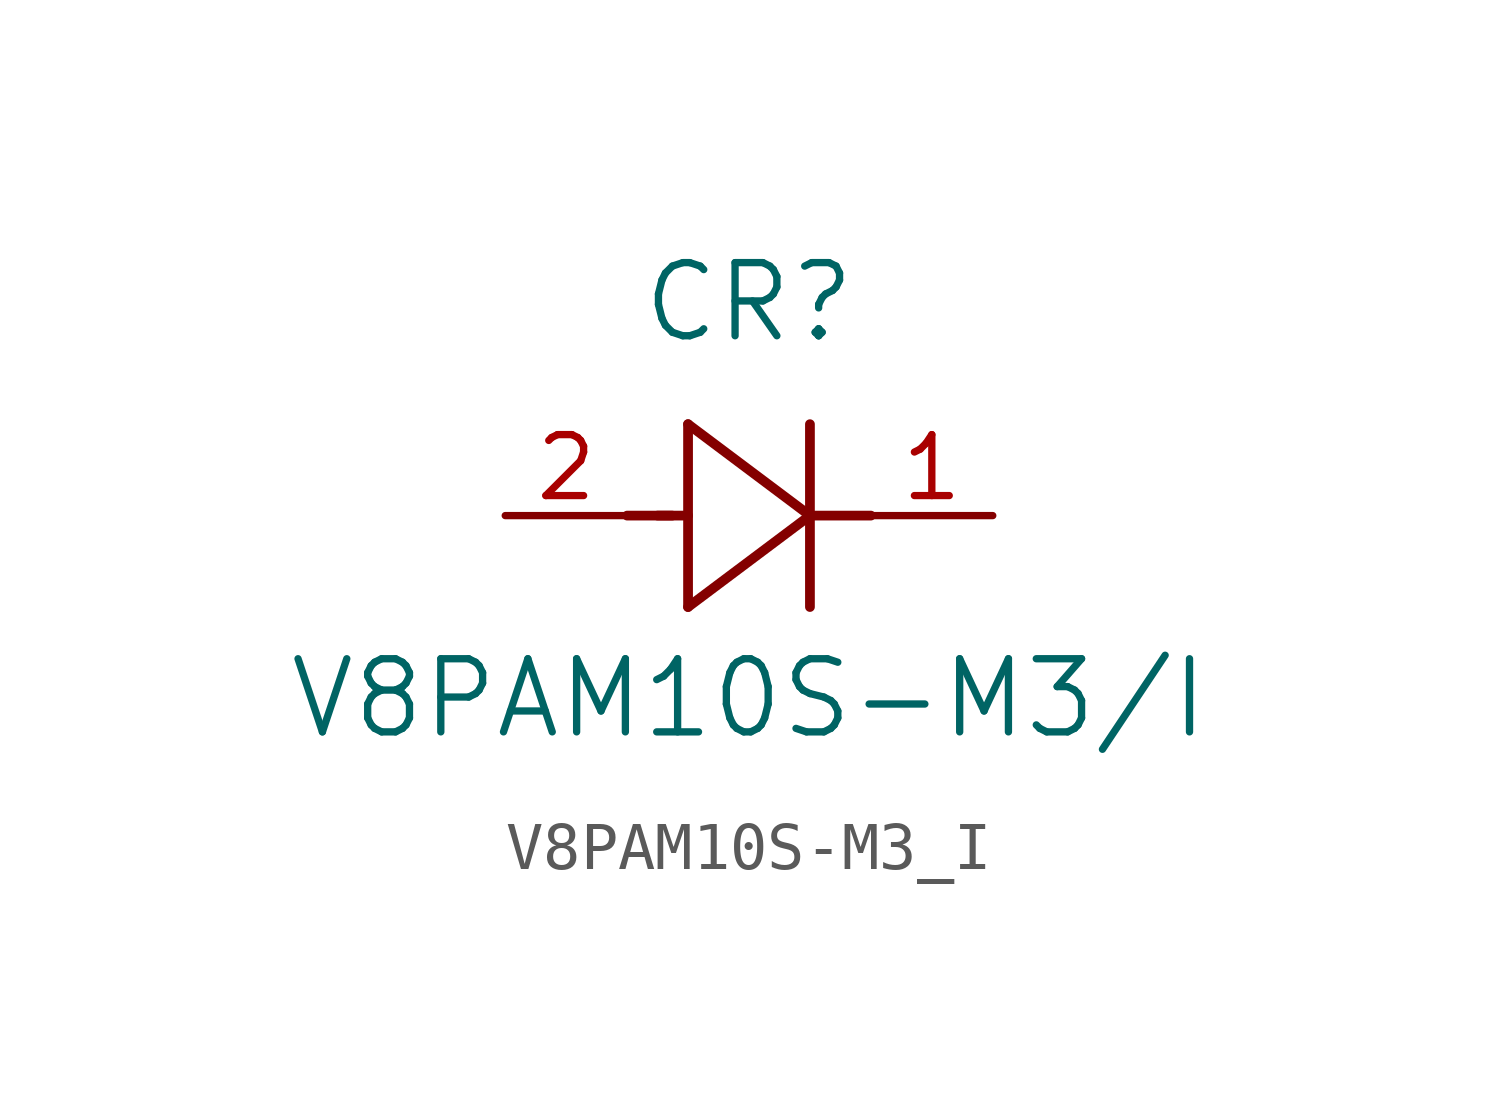
<source format=kicad_sym>
(kicad_symbol_lib
  (version 20211014)
  (generator kicad_symbol_editor)
  (symbol "V8PAM10S-M3_I"
    (pin_names
      (offset 0.254))
    (property "Reference" "CR"
      (at 5.08 4.445 0)
      (effects (font (size 1.524 1.524))))
    (property "Value" "V8PAM10S-M3/I"
      (at 5.08 -3.81 0)
      (effects (font (size 1.524 1.524))))
    (symbol "V8PAM10S-M3_I_0_1"
      (polyline (pts (xy 2.54 0) (xy 3.48 0)) (stroke (width 0.203) (type default) (color 0 0 0 0)) (fill (type none)))
      (polyline (pts (xy 3.81 1.905) (xy 3.81 -1.905)) (stroke (width 0.203) (type default) (color 0 0 0 0)) (fill (type none)))
      (polyline (pts (xy 3.175 0) (xy 3.81 0)) (stroke (width 0.203) (type default) (color 0 0 0 0)) (fill (type none)))
      (polyline (pts (xy 6.35 -1.905) (xy 6.35 1.905)) (stroke (width 0.203) (type default) (color 0 0 0 0)) (fill (type none)))
      (polyline (pts (xy 6.35 0) (xy 7.62 0)) (stroke (width 0.203) (type default) (color 0 0 0 0)) (fill (type none)))
      (polyline (pts (xy 6.35 0) (xy 3.81 1.905)) (stroke (width 0.203) (type default) (color 0 0 0 0)) (fill (type none)))
      (polyline (pts (xy 3.81 -1.905) (xy 6.35 0)) (stroke (width 0.203) (type default) (color 0 0 0 0)) (fill (type none)))
      (pin unspecified line (at 0 0 0) (length 2.54) (name "" (effects (font (size 1.27 1.27)))) (number "2" (effects (font (size 1.27 1.27)))))
      (pin unspecified line (at 10.16 0 180) (length 2.54) (name "" (effects (font (size 1.27 1.27)))) (number "1" (effects (font (size 1.27 1.27))))))))
</source>
